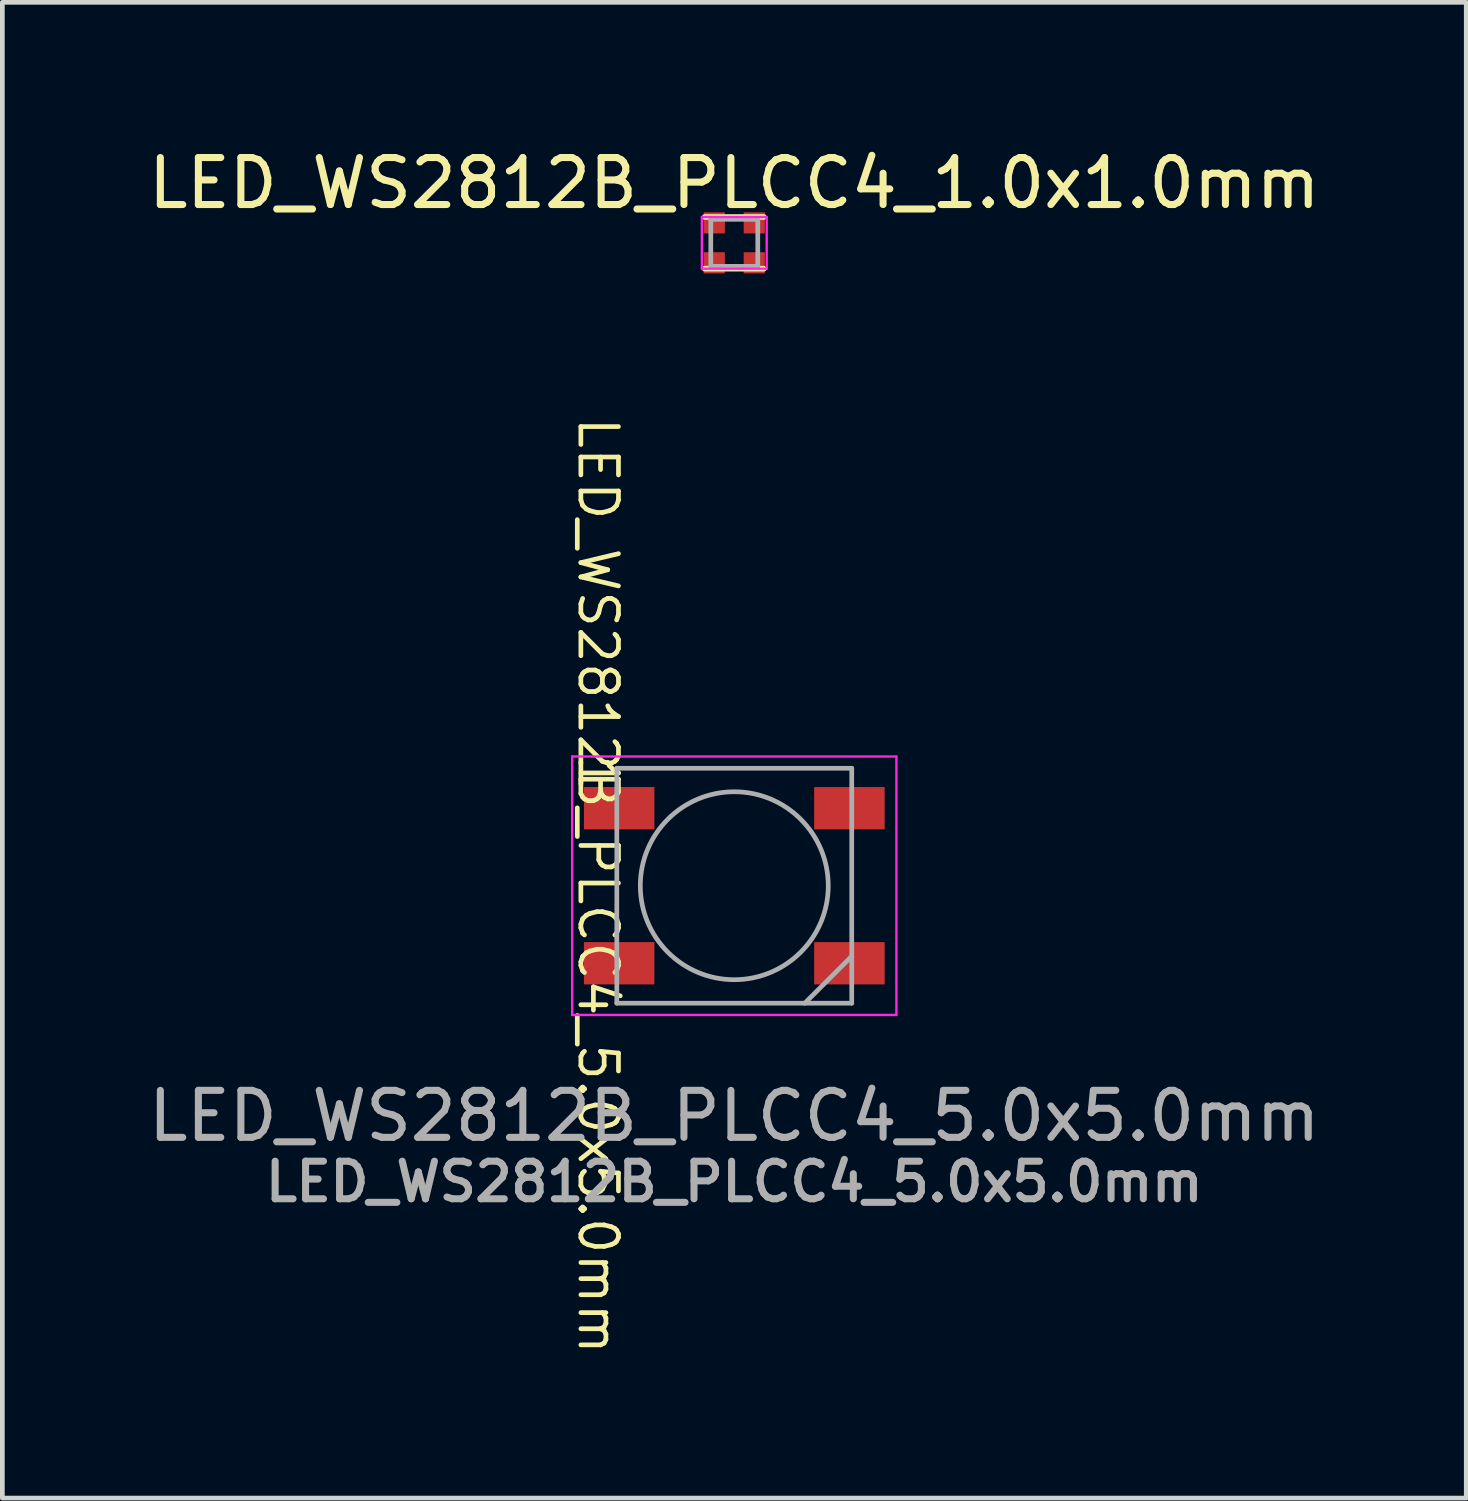
<source format=kicad_pcb>
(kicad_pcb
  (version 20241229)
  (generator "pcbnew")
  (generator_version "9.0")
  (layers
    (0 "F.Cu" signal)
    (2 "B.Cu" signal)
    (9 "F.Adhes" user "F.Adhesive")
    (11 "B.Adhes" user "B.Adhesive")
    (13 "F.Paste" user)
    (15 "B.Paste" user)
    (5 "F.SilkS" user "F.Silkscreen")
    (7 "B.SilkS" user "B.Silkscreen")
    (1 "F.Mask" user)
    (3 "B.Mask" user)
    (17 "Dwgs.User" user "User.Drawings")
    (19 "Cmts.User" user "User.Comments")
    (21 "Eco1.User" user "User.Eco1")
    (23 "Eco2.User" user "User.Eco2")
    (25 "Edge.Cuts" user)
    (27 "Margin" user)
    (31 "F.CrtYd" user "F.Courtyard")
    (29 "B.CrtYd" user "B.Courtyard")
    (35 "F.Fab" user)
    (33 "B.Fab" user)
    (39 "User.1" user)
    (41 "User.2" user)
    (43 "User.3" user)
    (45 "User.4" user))
  (footprint "LED_WS2812B_PLCC4_5.0x5.0mm"
    (layer "F.Cu")
    (at 12.577 15.8)
    (property "Reference" "LED_WS2812B_PLCC4_5.0x5.0mm" (at -2.9 0 270) (unlocked yes) (layer "F.SilkS") (effects (font (size 0.8 0.8) (thickness 0.1))))
    (attr smd)
    (fp_line (start -3.45 -2.75) (end -3.45 2.75) (stroke (width 0.05) (type solid)) (layer "F.CrtYd"))
    (fp_line (start -3.45 2.75) (end 3.45 2.75) (stroke (width 0.05) (type solid)) (layer "F.CrtYd"))
    (fp_line (start 3.45 -2.75) (end -3.45 -2.75) (stroke (width 0.05) (type solid)) (layer "F.CrtYd"))
    (fp_line (start 3.45 2.75) (end 3.45 -2.75) (stroke (width 0.05) (type solid)) (layer "F.CrtYd"))
    (fp_line (start -2.5 -2.5) (end -2.5 2.5) (stroke (width 0.1) (type solid)) (layer "F.Fab"))
    (fp_line (start -2.5 2.5) (end 2.5 2.5) (stroke (width 0.1) (type solid)) (layer "F.Fab"))
    (fp_line (start 2.5 -2.5) (end -2.5 -2.5) (stroke (width 0.1) (type solid)) (layer "F.Fab"))
    (fp_line (start 2.5 1.5) (end 1.5 2.5) (stroke (width 0.1) (type solid)) (layer "F.Fab"))
    (fp_line (start 2.5 2.5) (end 2.5 -2.5) (stroke (width 0.1) (type solid)) (layer "F.Fab"))
    (fp_circle (center 0 0) (end 0 -2) (stroke (width 0.1) (type solid)) (fill no) (layer "F.Fab"))
    (fp_text user "1" (at -2.9 -2.4 270) (unlocked yes) (layer "F.SilkS") (effects (font (size 0.8 0.8) (thickness 0.1) (bold yes))))
    (fp_text user "${REFERENCE}" (at 0 4.9 0) (unlocked yes) (layer "F.Fab") (effects (font (size 1 1) (thickness 0.15))))
    (fp_text user "${REFERENCE}" (at 0 6.3 0) (layer "F.Fab") (effects (font (size 0.8 0.8) (thickness 0.15))))
    (pad "1" smd rect (at -2.45 -1.65) (size 1.5 0.9) (layers "F.Cu" "F.Mask" "F.Paste"))
    (pad "2" smd rect (at -2.45 1.65) (size 1.5 0.9) (layers "F.Cu" "F.Mask" "F.Paste"))
    (pad "3" smd rect (at 2.45 1.65) (size 1.5 0.9) (layers "F.Cu" "F.Mask" "F.Paste"))
    (pad "4" smd rect (at 2.45 -1.65) (size 1.5 0.9) (layers "F.Cu" "F.Mask" "F.Paste")))
  (footprint "LED_WS2812B_PLCC4_1.0x1.0mm"
    (layer "F.Cu")
    (at 12.577 2.118)
    (property "Reference" "LED_WS2812B_PLCC4_1.0x1.0mm" (at 0 -1.27 0) (layer "F.SilkS") (effects (font (size 1 1) (thickness 0.15))))
    (attr smd)
    (fp_line (start -0.63 -0.55) (end 0.63 -0.55) (stroke (width 0.12) (type solid)) (layer "F.SilkS"))
    (fp_line (start -0.63 0.55) (end 0.63 0.55) (stroke (width 0.12) (type solid)) (layer "F.SilkS"))
    (fp_line (start -0.69 -0.55) (end -0.69 0.55) (stroke (width 0.05) (type solid)) (layer "F.CrtYd"))
    (fp_line (start -0.69 0.55) (end 0.69 0.55) (stroke (width 0.05) (type solid)) (layer "F.CrtYd"))
    (fp_line (start 0.69 -0.55) (end -0.69 -0.55) (stroke (width 0.05) (type solid)) (layer "F.CrtYd"))
    (fp_line (start 0.69 0.55) (end 0.69 -0.55) (stroke (width 0.05) (type solid)) (layer "F.CrtYd"))
    (fp_line (start -0.5 -0.5) (end -0.5 0.5) (stroke (width 0.1) (type solid)) (layer "F.Fab"))
    (fp_line (start -0.5 0.5) (end 0.5 0.5) (stroke (width 0.1) (type solid)) (layer "F.Fab"))
    (fp_line (start 0.5 -0.5) (end -0.5 -0.5) (stroke (width 0.1) (type solid)) (layer "F.Fab"))
    (fp_line (start 0.5 0.5) (end 0.5 -0.5) (stroke (width 0.1) (type solid)) (layer "F.Fab"))
    (pad "1" smd rect (at -0.425 -0.425) (size 0.45 0.45) (layers "F.Cu" "F.Mask" "F.Paste"))
    (pad "2" smd rect (at 0.425 -0.425) (size 0.45 0.45) (layers "F.Cu" "F.Mask" "F.Paste"))
    (pad "3" smd rect (at -0.425 0.425) (size 0.45 0.45) (layers "F.Cu" "F.Mask" "F.Paste"))
    (pad "4" smd rect (at 0.425 0.425) (size 0.45 0.45) (layers "F.Cu" "F.Mask" "F.Paste")))
  (gr_rect
    (start -3 -3)
    (end 28.155 28.832)
    (stroke (width 0.1) (type default))
    (fill no)
    (layer "Edge.Cuts")))
</source>
